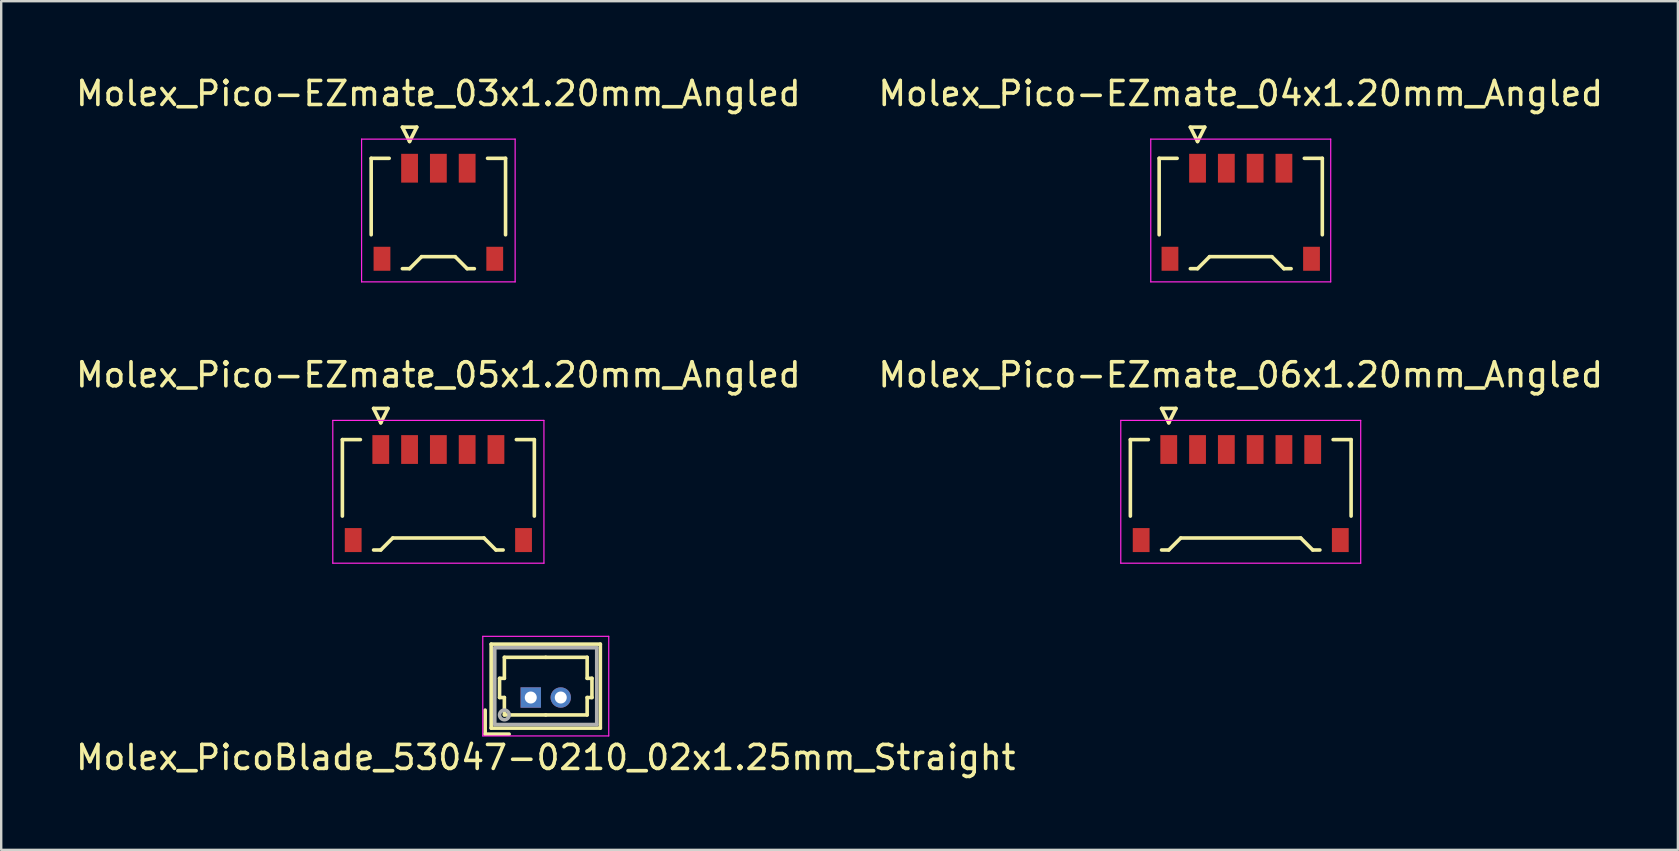
<source format=kicad_pcb>
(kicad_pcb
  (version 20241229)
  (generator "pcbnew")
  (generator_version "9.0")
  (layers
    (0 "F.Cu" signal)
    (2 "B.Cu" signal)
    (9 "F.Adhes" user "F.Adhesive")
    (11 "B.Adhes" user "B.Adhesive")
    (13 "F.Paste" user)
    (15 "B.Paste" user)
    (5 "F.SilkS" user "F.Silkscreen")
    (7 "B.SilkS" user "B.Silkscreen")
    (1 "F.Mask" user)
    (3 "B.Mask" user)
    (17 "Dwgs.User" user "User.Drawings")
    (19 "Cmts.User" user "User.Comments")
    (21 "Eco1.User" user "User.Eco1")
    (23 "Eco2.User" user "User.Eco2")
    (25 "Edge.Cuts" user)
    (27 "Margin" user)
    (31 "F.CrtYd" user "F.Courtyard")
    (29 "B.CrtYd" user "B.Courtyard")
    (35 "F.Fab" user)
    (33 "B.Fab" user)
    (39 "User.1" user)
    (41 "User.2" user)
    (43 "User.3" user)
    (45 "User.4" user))
  (footprint "Molex_Pico-EZmate_05x1.20mm_Angled"
    (layer "F.Cu")
    (at 15.22 17.572)
    (property "Reference" "Molex_Pico-EZmate_05x1.20mm_Angled" (at 0 -5 0) (layer "F.SilkS") (effects (font (size 1 1) (thickness 0.15))))
    (attr smd)
    (fp_line (start -4 -2.3) (end -4 0.887) (stroke (width 0.15) (type solid)) (layer "F.SilkS"))
    (fp_line (start -3.25 -2.3) (end -4 -2.3) (stroke (width 0.15) (type solid)) (layer "F.SilkS"))
    (fp_line (start -2.7 -3.6) (end -2.4 -3) (stroke (width 0.15) (type solid)) (layer "F.SilkS"))
    (fp_line (start -2.7 2.3) (end -2.4 2.3) (stroke (width 0.15) (type solid)) (layer "F.SilkS"))
    (fp_line (start -2.4 -3) (end -2.1 -3.6) (stroke (width 0.15) (type solid)) (layer "F.SilkS"))
    (fp_line (start -2.4 2.3) (end -1.9 1.8) (stroke (width 0.15) (type solid)) (layer "F.SilkS"))
    (fp_line (start -2.1 -3.6) (end -2.7 -3.6) (stroke (width 0.15) (type solid)) (layer "F.SilkS"))
    (fp_line (start -1.9 1.8) (end 1.9 1.8) (stroke (width 0.15) (type solid)) (layer "F.SilkS"))
    (fp_line (start 1.9 1.8) (end 2.4 2.3) (stroke (width 0.15) (type solid)) (layer "F.SilkS"))
    (fp_line (start 2.4 2.3) (end 2.7 2.3) (stroke (width 0.15) (type solid)) (layer "F.SilkS"))
    (fp_line (start 3.25 -2.3) (end 4 -2.3) (stroke (width 0.15) (type solid)) (layer "F.SilkS"))
    (fp_line (start 4 -2.3) (end 4 0.887) (stroke (width 0.15) (type solid)) (layer "F.SilkS"))
    (fp_line (start -4.4 -3.1) (end -4.4 2.85) (stroke (width 0.05) (type solid)) (layer "F.CrtYd"))
    (fp_line (start -4.4 2.85) (end 4.4 2.85) (stroke (width 0.05) (type solid)) (layer "F.CrtYd"))
    (fp_line (start 4.4 -3.1) (end -4.4 -3.1) (stroke (width 0.05) (type solid)) (layer "F.CrtYd"))
    (fp_line (start 4.4 2.85) (end 4.4 -3.1) (stroke (width 0.05) (type solid)) (layer "F.CrtYd"))
    (pad "" smd rect (at -3.55 1.887) (size 0.7 1) (layers "F.Cu" "F.Mask" "F.Paste"))
    (pad "" smd rect (at 3.55 1.887) (size 0.7 1) (layers "F.Cu" "F.Mask" "F.Paste"))
    (pad "1" smd rect (at -2.4 -1.887) (size 0.7 1.2) (layers "F.Cu" "F.Mask" "F.Paste"))
    (pad "2" smd rect (at -1.2 -1.887) (size 0.7 1.2) (layers "F.Cu" "F.Mask" "F.Paste"))
    (pad "3" smd rect (at 0 -1.887) (size 0.7 1.2) (layers "F.Cu" "F.Mask" "F.Paste"))
    (pad "4" smd rect (at 1.2 -1.887) (size 0.7 1.2) (layers "F.Cu" "F.Mask" "F.Paste"))
    (pad "5" smd rect (at 2.4 -1.887) (size 0.7 1.2) (layers "F.Cu" "F.Mask" "F.Paste")))
  (footprint "Molex_Pico-EZmate_06x1.20mm_Angled"
    (layer "F.Cu")
    (at 48.661 17.572)
    (property "Reference" "Molex_Pico-EZmate_06x1.20mm_Angled" (at 0 -5 0) (layer "F.SilkS") (effects (font (size 1 1) (thickness 0.15))))
    (attr smd)
    (fp_line (start -4.6 -2.3) (end -4.6 0.887) (stroke (width 0.15) (type solid)) (layer "F.SilkS"))
    (fp_line (start -3.85 -2.3) (end -4.6 -2.3) (stroke (width 0.15) (type solid)) (layer "F.SilkS"))
    (fp_line (start -3.3 -3.6) (end -3 -3) (stroke (width 0.15) (type solid)) (layer "F.SilkS"))
    (fp_line (start -3.3 2.3) (end -3 2.3) (stroke (width 0.15) (type solid)) (layer "F.SilkS"))
    (fp_line (start -3 -3) (end -2.7 -3.6) (stroke (width 0.15) (type solid)) (layer "F.SilkS"))
    (fp_line (start -3 2.3) (end -2.5 1.8) (stroke (width 0.15) (type solid)) (layer "F.SilkS"))
    (fp_line (start -2.7 -3.6) (end -3.3 -3.6) (stroke (width 0.15) (type solid)) (layer "F.SilkS"))
    (fp_line (start -2.5 1.8) (end 2.5 1.8) (stroke (width 0.15) (type solid)) (layer "F.SilkS"))
    (fp_line (start 2.5 1.8) (end 3 2.3) (stroke (width 0.15) (type solid)) (layer "F.SilkS"))
    (fp_line (start 3 2.3) (end 3.3 2.3) (stroke (width 0.15) (type solid)) (layer "F.SilkS"))
    (fp_line (start 3.85 -2.3) (end 4.6 -2.3) (stroke (width 0.15) (type solid)) (layer "F.SilkS"))
    (fp_line (start 4.6 -2.3) (end 4.6 0.887) (stroke (width 0.15) (type solid)) (layer "F.SilkS"))
    (fp_line (start -5 -3.1) (end -5 2.85) (stroke (width 0.05) (type solid)) (layer "F.CrtYd"))
    (fp_line (start -5 2.85) (end 5 2.85) (stroke (width 0.05) (type solid)) (layer "F.CrtYd"))
    (fp_line (start 5 -3.1) (end -5 -3.1) (stroke (width 0.05) (type solid)) (layer "F.CrtYd"))
    (fp_line (start 5 2.85) (end 5 -3.1) (stroke (width 0.05) (type solid)) (layer "F.CrtYd"))
    (pad "" smd rect (at -4.15 1.887) (size 0.7 1) (layers "F.Cu" "F.Mask" "F.Paste"))
    (pad "" smd rect (at 4.15 1.887) (size 0.7 1) (layers "F.Cu" "F.Mask" "F.Paste"))
    (pad "1" smd rect (at -3 -1.887) (size 0.7 1.2) (layers "F.Cu" "F.Mask" "F.Paste"))
    (pad "2" smd rect (at -1.8 -1.887) (size 0.7 1.2) (layers "F.Cu" "F.Mask" "F.Paste"))
    (pad "3" smd rect (at -0.6 -1.887) (size 0.7 1.2) (layers "F.Cu" "F.Mask" "F.Paste"))
    (pad "4" smd rect (at 0.6 -1.887) (size 0.7 1.2) (layers "F.Cu" "F.Mask" "F.Paste"))
    (pad "5" smd rect (at 1.8 -1.887) (size 0.7 1.2) (layers "F.Cu" "F.Mask" "F.Paste"))
    (pad "6" smd rect (at 3 -1.887) (size 0.7 1.2) (layers "F.Cu" "F.Mask" "F.Paste")))
  (footprint "Molex_PicoBlade_53047-0210_02x1.25mm_Straight"
    (layer "F.Cu")
    (at 19.071 26.021)
    (property "Reference" "Molex_PicoBlade_53047-0210_02x1.25mm_Straight" (at 0.625 2.5 0) (layer "F.SilkS") (effects (font (size 1 1) (thickness 0.15))))
    (attr through_hole)
    (fp_line (start -1.9 1.525) (end -1.9 0.525) (stroke (width 0.15) (type solid)) (layer "F.SilkS"))
    (fp_line (start -1.9 1.525) (end -0.9 1.525) (stroke (width 0.15) (type solid)) (layer "F.SilkS"))
    (fp_line (start -1.65 -2.225) (end -1.65 1.275) (stroke (width 0.15) (type solid)) (layer "F.SilkS"))
    (fp_line (start -1.65 1.275) (end 2.9 1.275) (stroke (width 0.15) (type solid)) (layer "F.SilkS"))
    (fp_line (start -1.3 -0.8) (end -1.1 -0.8) (stroke (width 0.15) (type solid)) (layer "F.SilkS"))
    (fp_line (start -1.3 0) (end -1.3 -0.8) (stroke (width 0.15) (type solid)) (layer "F.SilkS"))
    (fp_line (start -1.1 -1.675) (end 0.625 -1.675) (stroke (width 0.15) (type solid)) (layer "F.SilkS"))
    (fp_line (start -1.1 -0.8) (end -1.1 -1.675) (stroke (width 0.15) (type solid)) (layer "F.SilkS"))
    (fp_line (start -1.1 0) (end -1.3 0) (stroke (width 0.15) (type solid)) (layer "F.SilkS"))
    (fp_line (start -1.1 0.725) (end -1.1 0) (stroke (width 0.15) (type solid)) (layer "F.SilkS"))
    (fp_line (start 0.625 0.725) (end -1.1 0.725) (stroke (width 0.15) (type solid)) (layer "F.SilkS"))
    (fp_line (start 0.625 0.725) (end 2.35 0.725) (stroke (width 0.15) (type solid)) (layer "F.SilkS"))
    (fp_line (start 2.35 -1.675) (end 0.625 -1.675) (stroke (width 0.15) (type solid)) (layer "F.SilkS"))
    (fp_line (start 2.35 -0.8) (end 2.35 -1.675) (stroke (width 0.15) (type solid)) (layer "F.SilkS"))
    (fp_line (start 2.35 0) (end 2.55 0) (stroke (width 0.15) (type solid)) (layer "F.SilkS"))
    (fp_line (start 2.35 0.725) (end 2.35 0) (stroke (width 0.15) (type solid)) (layer "F.SilkS"))
    (fp_line (start 2.55 -0.8) (end 2.35 -0.8) (stroke (width 0.15) (type solid)) (layer "F.SilkS"))
    (fp_line (start 2.55 0) (end 2.55 -0.8) (stroke (width 0.15) (type solid)) (layer "F.SilkS"))
    (fp_line (start 2.9 -2.225) (end -1.65 -2.225) (stroke (width 0.15) (type solid)) (layer "F.SilkS"))
    (fp_line (start 2.9 1.275) (end 2.9 -2.225) (stroke (width 0.15) (type solid)) (layer "F.SilkS"))
    (fp_line (start -2 -2.55) (end -2 1.6) (stroke (width 0.05) (type solid)) (layer "F.CrtYd"))
    (fp_line (start -2 1.6) (end 3.25 1.6) (stroke (width 0.05) (type solid)) (layer "F.CrtYd"))
    (fp_line (start 3.25 -2.55) (end -2 -2.55) (stroke (width 0.05) (type solid)) (layer "F.CrtYd"))
    (fp_line (start 3.25 1.6) (end 3.25 -2.55) (stroke (width 0.05) (type solid)) (layer "F.CrtYd"))
    (fp_line (start -1.5 -2.075) (end -1.5 1.125) (stroke (width 0.15) (type solid)) (layer "F.Fab"))
    (fp_line (start -1.5 1.125) (end 2.75 1.125) (stroke (width 0.15) (type solid)) (layer "F.Fab"))
    (fp_line (start 2.75 -2.075) (end -1.5 -2.075) (stroke (width 0.15) (type solid)) (layer "F.Fab"))
    (fp_line (start 2.75 1.125) (end 2.75 -2.075) (stroke (width 0.15) (type solid)) (layer "F.Fab"))
    (fp_circle (center -1.1 0.725) (end -0.9 0.725) (stroke (width 0.15) (type solid)) (fill no) (layer "F.Fab"))
    (pad "1" thru_hole rect (at 0 0) (size 0.85 0.85) (drill 0.5) (layers "*.Cu" "*.Mask"))
    (pad "2" thru_hole circle (at 1.25 0) (size 0.85 0.85) (drill 0.5) (layers "*.Cu" "*.Mask")))
  (footprint "Molex_Pico-EZmate_03x1.20mm_Angled"
    (layer "F.Cu")
    (at 15.22 5.848)
    (property "Reference" "Molex_Pico-EZmate_03x1.20mm_Angled" (at 0 -5 0) (layer "F.SilkS") (effects (font (size 1 1) (thickness 0.15))))
    (attr smd)
    (fp_line (start -2.8 -2.3) (end -2.8 0.887) (stroke (width 0.15) (type solid)) (layer "F.SilkS"))
    (fp_line (start -2.05 -2.3) (end -2.8 -2.3) (stroke (width 0.15) (type solid)) (layer "F.SilkS"))
    (fp_line (start -1.5 -3.6) (end -1.2 -3) (stroke (width 0.15) (type solid)) (layer "F.SilkS"))
    (fp_line (start -1.5 2.3) (end -1.2 2.3) (stroke (width 0.15) (type solid)) (layer "F.SilkS"))
    (fp_line (start -1.2 -3) (end -0.9 -3.6) (stroke (width 0.15) (type solid)) (layer "F.SilkS"))
    (fp_line (start -1.2 2.3) (end -0.7 1.8) (stroke (width 0.15) (type solid)) (layer "F.SilkS"))
    (fp_line (start -0.9 -3.6) (end -1.5 -3.6) (stroke (width 0.15) (type solid)) (layer "F.SilkS"))
    (fp_line (start -0.7 1.8) (end 0.7 1.8) (stroke (width 0.15) (type solid)) (layer "F.SilkS"))
    (fp_line (start 0.7 1.8) (end 1.2 2.3) (stroke (width 0.15) (type solid)) (layer "F.SilkS"))
    (fp_line (start 1.2 2.3) (end 1.5 2.3) (stroke (width 0.15) (type solid)) (layer "F.SilkS"))
    (fp_line (start 2.05 -2.3) (end 2.8 -2.3) (stroke (width 0.15) (type solid)) (layer "F.SilkS"))
    (fp_line (start 2.8 -2.3) (end 2.8 0.887) (stroke (width 0.15) (type solid)) (layer "F.SilkS"))
    (fp_line (start -3.2 -3.1) (end -3.2 2.85) (stroke (width 0.05) (type solid)) (layer "F.CrtYd"))
    (fp_line (start -3.2 2.85) (end 3.2 2.85) (stroke (width 0.05) (type solid)) (layer "F.CrtYd"))
    (fp_line (start 3.2 -3.1) (end -3.2 -3.1) (stroke (width 0.05) (type solid)) (layer "F.CrtYd"))
    (fp_line (start 3.2 2.85) (end 3.2 -3.1) (stroke (width 0.05) (type solid)) (layer "F.CrtYd"))
    (pad "" smd rect (at -2.35 1.887) (size 0.7 1) (layers "F.Cu" "F.Mask" "F.Paste"))
    (pad "" smd rect (at 2.35 1.887) (size 0.7 1) (layers "F.Cu" "F.Mask" "F.Paste"))
    (pad "1" smd rect (at -1.2 -1.887) (size 0.7 1.2) (layers "F.Cu" "F.Mask" "F.Paste"))
    (pad "2" smd rect (at 0 -1.887) (size 0.7 1.2) (layers "F.Cu" "F.Mask" "F.Paste"))
    (pad "3" smd rect (at 1.2 -1.887) (size 0.7 1.2) (layers "F.Cu" "F.Mask" "F.Paste")))
  (footprint "Molex_Pico-EZmate_04x1.20mm_Angled"
    (layer "F.Cu")
    (at 48.661 5.848)
    (property "Reference" "Molex_Pico-EZmate_04x1.20mm_Angled" (at 0 -5 0) (layer "F.SilkS") (effects (font (size 1 1) (thickness 0.15))))
    (attr smd)
    (fp_line (start -3.4 -2.3) (end -3.4 0.887) (stroke (width 0.15) (type solid)) (layer "F.SilkS"))
    (fp_line (start -2.65 -2.3) (end -3.4 -2.3) (stroke (width 0.15) (type solid)) (layer "F.SilkS"))
    (fp_line (start -2.1 -3.6) (end -1.8 -3) (stroke (width 0.15) (type solid)) (layer "F.SilkS"))
    (fp_line (start -2.1 2.3) (end -1.8 2.3) (stroke (width 0.15) (type solid)) (layer "F.SilkS"))
    (fp_line (start -1.8 -3) (end -1.5 -3.6) (stroke (width 0.15) (type solid)) (layer "F.SilkS"))
    (fp_line (start -1.8 2.3) (end -1.3 1.8) (stroke (width 0.15) (type solid)) (layer "F.SilkS"))
    (fp_line (start -1.5 -3.6) (end -2.1 -3.6) (stroke (width 0.15) (type solid)) (layer "F.SilkS"))
    (fp_line (start -1.3 1.8) (end 1.3 1.8) (stroke (width 0.15) (type solid)) (layer "F.SilkS"))
    (fp_line (start 1.3 1.8) (end 1.8 2.3) (stroke (width 0.15) (type solid)) (layer "F.SilkS"))
    (fp_line (start 1.8 2.3) (end 2.1 2.3) (stroke (width 0.15) (type solid)) (layer "F.SilkS"))
    (fp_line (start 2.65 -2.3) (end 3.4 -2.3) (stroke (width 0.15) (type solid)) (layer "F.SilkS"))
    (fp_line (start 3.4 -2.3) (end 3.4 0.887) (stroke (width 0.15) (type solid)) (layer "F.SilkS"))
    (fp_line (start -3.75 -3.1) (end -3.75 2.85) (stroke (width 0.05) (type solid)) (layer "F.CrtYd"))
    (fp_line (start -3.75 2.85) (end 3.75 2.85) (stroke (width 0.05) (type solid)) (layer "F.CrtYd"))
    (fp_line (start 3.75 -3.1) (end -3.75 -3.1) (stroke (width 0.05) (type solid)) (layer "F.CrtYd"))
    (fp_line (start 3.75 2.85) (end 3.75 -3.1) (stroke (width 0.05) (type solid)) (layer "F.CrtYd"))
    (pad "" smd rect (at -2.95 1.887) (size 0.7 1) (layers "F.Cu" "F.Mask" "F.Paste"))
    (pad "" smd rect (at 2.95 1.887) (size 0.7 1) (layers "F.Cu" "F.Mask" "F.Paste"))
    (pad "1" smd rect (at -1.8 -1.887) (size 0.7 1.2) (layers "F.Cu" "F.Mask" "F.Paste"))
    (pad "2" smd rect (at -0.6 -1.887) (size 0.7 1.2) (layers "F.Cu" "F.Mask" "F.Paste"))
    (pad "3" smd rect (at 0.6 -1.887) (size 0.7 1.2) (layers "F.Cu" "F.Mask" "F.Paste"))
    (pad "4" smd rect (at 1.8 -1.887) (size 0.7 1.2) (layers "F.Cu" "F.Mask" "F.Paste")))
  (gr_rect
    (start -3 -3)
    (end 66.881 32.37)
    (stroke (width 0.1) (type default))
    (fill no)
    (layer "Edge.Cuts")))
</source>
